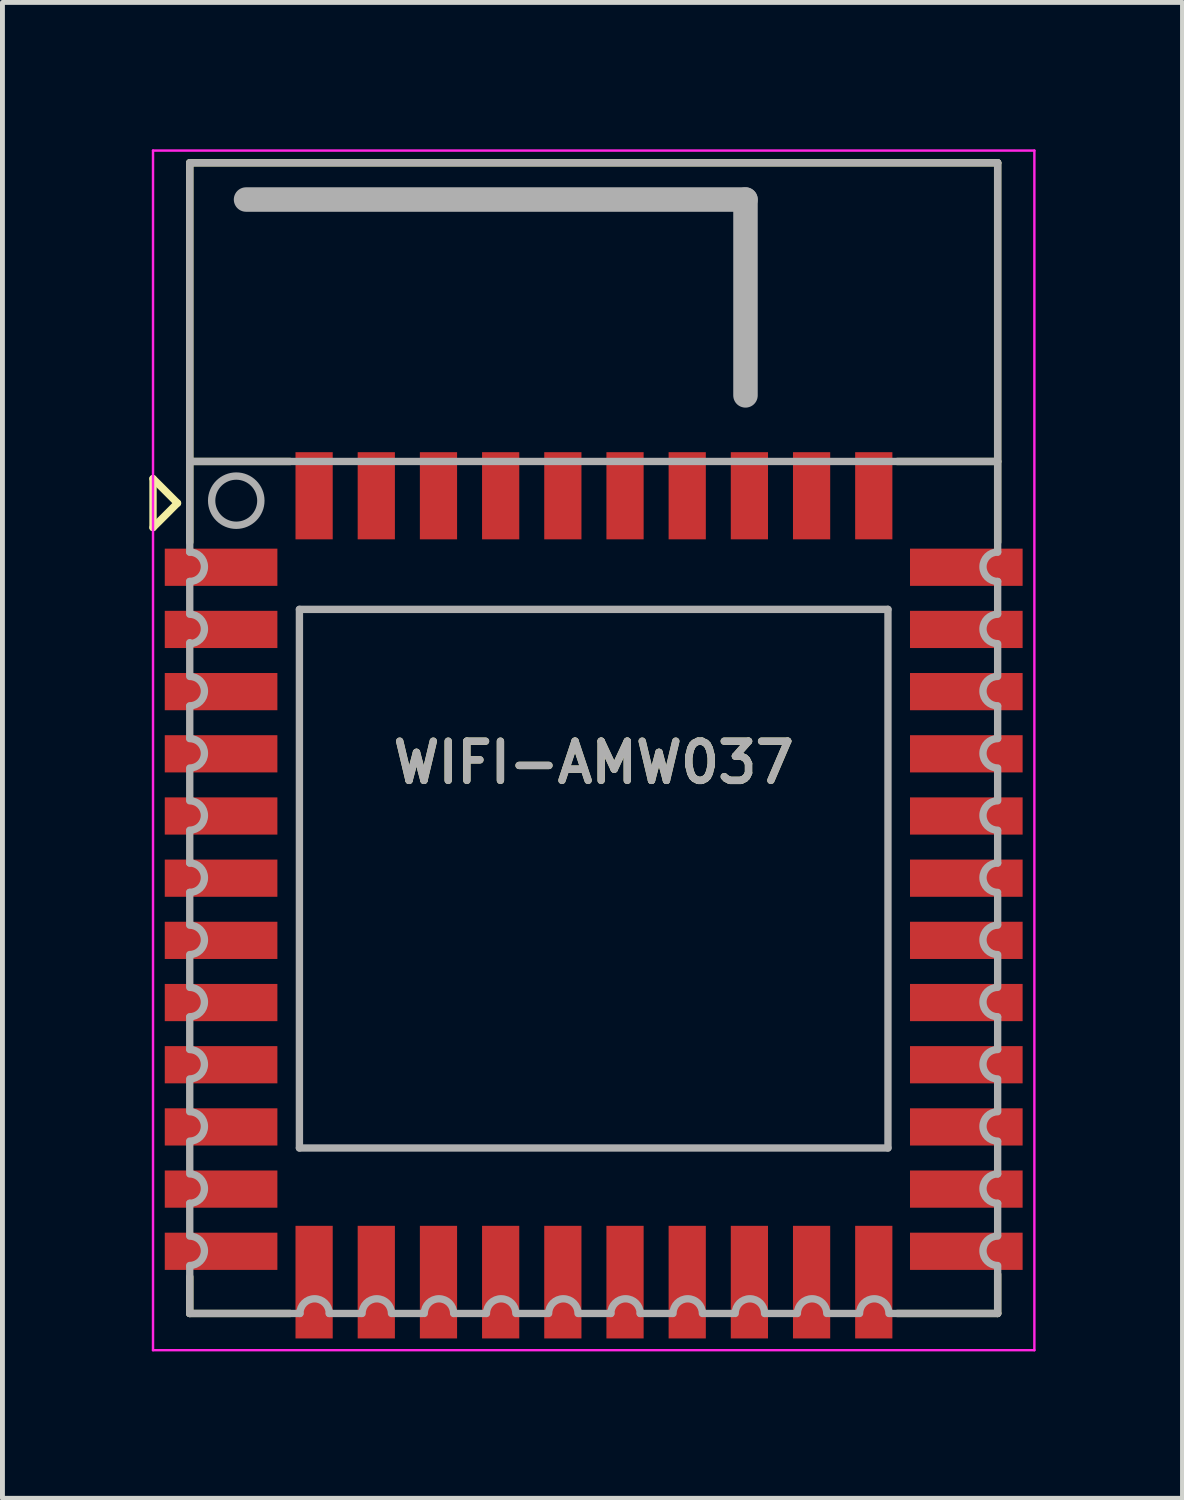
<source format=kicad_pcb>
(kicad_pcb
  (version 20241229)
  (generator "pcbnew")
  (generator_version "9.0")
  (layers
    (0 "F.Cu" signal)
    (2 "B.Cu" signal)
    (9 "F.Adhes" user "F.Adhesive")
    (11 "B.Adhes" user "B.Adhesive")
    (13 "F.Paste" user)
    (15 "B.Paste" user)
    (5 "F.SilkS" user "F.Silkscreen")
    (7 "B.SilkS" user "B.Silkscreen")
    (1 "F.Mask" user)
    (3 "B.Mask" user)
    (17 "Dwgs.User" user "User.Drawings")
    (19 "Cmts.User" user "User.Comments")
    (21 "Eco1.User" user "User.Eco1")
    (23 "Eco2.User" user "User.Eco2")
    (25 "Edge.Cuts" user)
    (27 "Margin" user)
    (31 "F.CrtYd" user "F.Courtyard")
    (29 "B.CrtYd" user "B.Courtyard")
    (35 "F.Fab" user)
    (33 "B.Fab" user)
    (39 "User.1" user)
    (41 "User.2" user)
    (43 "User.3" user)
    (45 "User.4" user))
  (footprint "WIFI-AMW037"
    (layer "F.Cu")
    (at 9.075 12.025)
    (property "Reference" "WIFI-AMW037" (at 0 0.5 0) (layer "F.SilkS") (effects (font (size 0.8 0.8) (thickness 0.15))))
    (attr smd)
    (fp_line (start -9 -5.3) (end -9 -4.3) (stroke (width 0.15) (type solid)) (layer "F.SilkS"))
    (fp_line (start -9 -4.3) (end -8.5 -4.8) (stroke (width 0.15) (type solid)) (layer "F.SilkS"))
    (fp_line (start -8.5 -4.8) (end -9 -5.3) (stroke (width 0.15) (type solid)) (layer "F.SilkS"))
    (fp_line (start -8.25 -11.75) (end 8.25 -11.75) (stroke (width 0.15) (type solid)) (layer "F.SilkS"))
    (fp_line (start -8.25 -4) (end -8.25 -11.75) (stroke (width 0.15) (type solid)) (layer "F.SilkS"))
    (fp_line (start -8.25 11) (end -8.25 11.75) (stroke (width 0.15) (type solid)) (layer "F.SilkS"))
    (fp_line (start -8.25 11.75) (end -6.2 11.75) (stroke (width 0.15) (type solid)) (layer "F.SilkS"))
    (fp_line (start -8.2 -5.65) (end -6.2 -5.65) (stroke (width 0.15) (type solid)) (layer "F.SilkS"))
    (fp_line (start 6.2 11.75) (end 8.25 11.75) (stroke (width 0.15) (type solid)) (layer "F.SilkS"))
    (fp_line (start 8.25 -11.75) (end 8.25 -4) (stroke (width 0.15) (type solid)) (layer "F.SilkS"))
    (fp_line (start 8.25 -5.65) (end 6.2 -5.65) (stroke (width 0.15) (type solid)) (layer "F.SilkS"))
    (fp_line (start 8.25 11.75) (end 8.25 10.95) (stroke (width 0.15) (type solid)) (layer "F.SilkS"))
    (fp_line (start -9 -12) (end 9 -12) (stroke (width 0.05) (type solid)) (layer "F.CrtYd"))
    (fp_line (start -9 12.5) (end -9 -12) (stroke (width 0.05) (type solid)) (layer "F.CrtYd"))
    (fp_line (start 9 -12) (end 9 12.5) (stroke (width 0.05) (type solid)) (layer "F.CrtYd"))
    (fp_line (start 9 12.5) (end -9 12.5) (stroke (width 0.05) (type solid)) (layer "F.CrtYd"))
    (fp_line (start -8.25 -11.75) (end -8.25 -3.8) (stroke (width 0.15) (type solid)) (layer "F.Fab"))
    (fp_line (start -8.25 -11.75) (end 8.25 -11.75) (stroke (width 0.15) (type solid)) (layer "F.Fab"))
    (fp_line (start -8.25 -5.65) (end 8.25 -5.65) (stroke (width 0.15) (type solid)) (layer "F.Fab"))
    (fp_line (start -8.25 -3.2) (end -8.25 -2.55) (stroke (width 0.15) (type solid)) (layer "F.Fab"))
    (fp_line (start -8.25 -1.95) (end -8.25 -1.3) (stroke (width 0.15) (type solid)) (layer "F.Fab"))
    (fp_line (start -8.25 -0.65) (end -8.25 0) (stroke (width 0.15) (type solid)) (layer "F.Fab"))
    (fp_line (start -8.25 0.65) (end -8.25 1.25) (stroke (width 0.15) (type solid)) (layer "F.Fab"))
    (fp_line (start -8.25 1.9) (end -8.25 2.55) (stroke (width 0.15) (type solid)) (layer "F.Fab"))
    (fp_line (start -8.25 3.15) (end -8.25 3.8) (stroke (width 0.15) (type solid)) (layer "F.Fab"))
    (fp_line (start -8.25 4.45) (end -8.25 5.05) (stroke (width 0.15) (type solid)) (layer "F.Fab"))
    (fp_line (start -8.25 5.7) (end -8.25 6.35) (stroke (width 0.15) (type solid)) (layer "F.Fab"))
    (fp_line (start -8.25 7) (end -8.25 7.6) (stroke (width 0.15) (type solid)) (layer "F.Fab"))
    (fp_line (start -8.25 8.25) (end -8.25 8.85) (stroke (width 0.15) (type solid)) (layer "F.Fab"))
    (fp_line (start -8.25 9.5) (end -8.25 10.15) (stroke (width 0.15) (type solid)) (layer "F.Fab"))
    (fp_line (start -8.25 10.8) (end -8.25 11.75) (stroke (width 0.15) (type solid)) (layer "F.Fab"))
    (fp_line (start -8.25 11.75) (end -6 11.75) (stroke (width 0.15) (type solid)) (layer "F.Fab"))
    (fp_line (start -6.01 -2.63) (end -6.01 8.37) (stroke (width 0.15) (type solid)) (layer "F.Fab"))
    (fp_line (start -6.01 -2.63) (end 6.01 -2.63) (stroke (width 0.15) (type solid)) (layer "F.Fab"))
    (fp_line (start -6.01 8.37) (end 6.01 8.37) (stroke (width 0.15) (type solid)) (layer "F.Fab"))
    (fp_line (start -5.4 11.75) (end -4.75 11.75) (stroke (width 0.15) (type solid)) (layer "F.Fab"))
    (fp_line (start -4.1 11.75) (end -3.5 11.75) (stroke (width 0.15) (type solid)) (layer "F.Fab"))
    (fp_line (start -2.85 11.75) (end -2.2 11.75) (stroke (width 0.15) (type solid)) (layer "F.Fab"))
    (fp_line (start -1.55 11.75) (end -0.95 11.75) (stroke (width 0.15) (type solid)) (layer "F.Fab"))
    (fp_line (start -0.3 11.75) (end 0.35 11.75) (stroke (width 0.15) (type solid)) (layer "F.Fab"))
    (fp_line (start 0.95 11.75) (end 1.6 11.75) (stroke (width 0.15) (type solid)) (layer "F.Fab"))
    (fp_line (start 2.25 11.75) (end 2.85 11.75) (stroke (width 0.15) (type solid)) (layer "F.Fab"))
    (fp_line (start 3.1 -11) (end -7.1 -11) (stroke (width 0.5) (type solid)) (layer "F.Fab"))
    (fp_line (start 3.1 -7) (end 3.1 -11) (stroke (width 0.5) (type solid)) (layer "F.Fab"))
    (fp_line (start 3.5 11.75) (end 4.15 11.75) (stroke (width 0.15) (type solid)) (layer "F.Fab"))
    (fp_line (start 4.8 11.75) (end 5.4 11.75) (stroke (width 0.15) (type solid)) (layer "F.Fab"))
    (fp_line (start 6.01 -2.63) (end 6.01 8.37) (stroke (width 0.15) (type solid)) (layer "F.Fab"))
    (fp_line (start 6.05 11.75) (end 8.25 11.75) (stroke (width 0.15) (type solid)) (layer "F.Fab"))
    (fp_line (start 8.25 -11.75) (end 8.25 -3.8) (stroke (width 0.15) (type solid)) (layer "F.Fab"))
    (fp_line (start 8.25 -3.2) (end 8.25 -2.55) (stroke (width 0.15) (type solid)) (layer "F.Fab"))
    (fp_line (start 8.25 -1.9) (end 8.25 -1.3) (stroke (width 0.15) (type solid)) (layer "F.Fab"))
    (fp_line (start 8.25 -0.65) (end 8.25 0) (stroke (width 0.15) (type solid)) (layer "F.Fab"))
    (fp_line (start 8.25 0.65) (end 8.25 1.25) (stroke (width 0.15) (type solid)) (layer "F.Fab"))
    (fp_line (start 8.25 1.9) (end 8.25 2.55) (stroke (width 0.15) (type solid)) (layer "F.Fab"))
    (fp_line (start 8.25 3.2) (end 8.25 3.8) (stroke (width 0.15) (type solid)) (layer "F.Fab"))
    (fp_line (start 8.25 4.45) (end 8.25 5.05) (stroke (width 0.15) (type solid)) (layer "F.Fab"))
    (fp_line (start 8.25 5.7) (end 8.25 6.35) (stroke (width 0.15) (type solid)) (layer "F.Fab"))
    (fp_line (start 8.25 7) (end 8.25 7.6) (stroke (width 0.15) (type solid)) (layer "F.Fab"))
    (fp_line (start 8.25 8.25) (end 8.25 8.9) (stroke (width 0.15) (type solid)) (layer "F.Fab"))
    (fp_line (start 8.25 9.5) (end 8.25 10.15) (stroke (width 0.15) (type solid)) (layer "F.Fab"))
    (fp_line (start 8.25 10.8) (end 8.25 11.75) (stroke (width 0.15) (type solid)) (layer "F.Fab"))
    (fp_arc (start -8.25 -3.8) (mid -7.95 -3.5) (end -8.25 -3.2) (stroke (width 0.15) (type solid)) (layer "F.Fab"))
    (fp_arc (start -8.25 -2.53) (mid -7.95 -2.23) (end -8.25 -1.93) (stroke (width 0.15) (type solid)) (layer "F.Fab"))
    (fp_arc (start -8.25 -1.26) (mid -7.95 -0.96) (end -8.25 -0.66) (stroke (width 0.15) (type solid)) (layer "F.Fab"))
    (fp_arc (start -8.25 0.01) (mid -7.95 0.31) (end -8.25 0.61) (stroke (width 0.15) (type solid)) (layer "F.Fab"))
    (fp_arc (start -8.25 1.28) (mid -7.95 1.58) (end -8.25 1.88) (stroke (width 0.15) (type solid)) (layer "F.Fab"))
    (fp_arc (start -8.25 2.55) (mid -7.95 2.85) (end -8.25 3.15) (stroke (width 0.15) (type solid)) (layer "F.Fab"))
    (fp_arc (start -8.25 3.82) (mid -7.95 4.12) (end -8.25 4.42) (stroke (width 0.15) (type solid)) (layer "F.Fab"))
    (fp_arc (start -8.25 5.09) (mid -7.95 5.39) (end -8.25 5.69) (stroke (width 0.15) (type solid)) (layer "F.Fab"))
    (fp_arc (start -8.25 6.36) (mid -7.95 6.66) (end -8.25 6.96) (stroke (width 0.15) (type solid)) (layer "F.Fab"))
    (fp_arc (start -8.25 7.63) (mid -7.95 7.93) (end -8.25 8.23) (stroke (width 0.15) (type solid)) (layer "F.Fab"))
    (fp_arc (start -8.25 8.9) (mid -7.95 9.2) (end -8.25 9.5) (stroke (width 0.15) (type solid)) (layer "F.Fab"))
    (fp_arc (start -8.25 10.17) (mid -7.95 10.47) (end -8.25 10.77) (stroke (width 0.15) (type solid)) (layer "F.Fab"))
    (fp_arc (start -6 11.75) (mid -5.7 11.45) (end -5.4 11.75) (stroke (width 0.15) (type solid)) (layer "F.Fab"))
    (fp_arc (start -4.73 11.75) (mid -4.43 11.45) (end -4.13 11.75) (stroke (width 0.15) (type solid)) (layer "F.Fab"))
    (fp_arc (start -3.46 11.75) (mid -3.16 11.45) (end -2.86 11.75) (stroke (width 0.15) (type solid)) (layer "F.Fab"))
    (fp_arc (start -2.19 11.75) (mid -1.89 11.45) (end -1.59 11.75) (stroke (width 0.15) (type solid)) (layer "F.Fab"))
    (fp_arc (start -0.92 11.75) (mid -0.62 11.45) (end -0.32 11.75) (stroke (width 0.15) (type solid)) (layer "F.Fab"))
    (fp_arc (start 0.35 11.75) (mid 0.65 11.45) (end 0.95 11.75) (stroke (width 0.15) (type solid)) (layer "F.Fab"))
    (fp_arc (start 1.62 11.75) (mid 1.92 11.45) (end 2.22 11.75) (stroke (width 0.15) (type solid)) (layer "F.Fab"))
    (fp_arc (start 2.89 11.75) (mid 3.19 11.45) (end 3.49 11.75) (stroke (width 0.15) (type solid)) (layer "F.Fab"))
    (fp_arc (start 4.16 11.75) (mid 4.46 11.45) (end 4.76 11.75) (stroke (width 0.15) (type solid)) (layer "F.Fab"))
    (fp_arc (start 5.43 11.75) (mid 5.73 11.45) (end 6.03 11.75) (stroke (width 0.15) (type solid)) (layer "F.Fab"))
    (fp_arc (start 8.25 -3.2) (mid 7.95 -3.5) (end 8.25 -3.8) (stroke (width 0.15) (type solid)) (layer "F.Fab"))
    (fp_arc (start 8.25 -1.93) (mid 7.95 -2.23) (end 8.25 -2.53) (stroke (width 0.15) (type solid)) (layer "F.Fab"))
    (fp_arc (start 8.25 -0.66) (mid 7.95 -0.96) (end 8.25 -1.26) (stroke (width 0.15) (type solid)) (layer "F.Fab"))
    (fp_arc (start 8.25 0.61) (mid 7.95 0.31) (end 8.25 0.01) (stroke (width 0.15) (type solid)) (layer "F.Fab"))
    (fp_arc (start 8.25 1.88) (mid 7.95 1.58) (end 8.25 1.28) (stroke (width 0.15) (type solid)) (layer "F.Fab"))
    (fp_arc (start 8.25 3.15) (mid 7.95 2.85) (end 8.25 2.55) (stroke (width 0.15) (type solid)) (layer "F.Fab"))
    (fp_arc (start 8.25 4.42) (mid 7.95 4.12) (end 8.25 3.82) (stroke (width 0.15) (type solid)) (layer "F.Fab"))
    (fp_arc (start 8.25 5.69) (mid 7.95 5.39) (end 8.25 5.09) (stroke (width 0.15) (type solid)) (layer "F.Fab"))
    (fp_arc (start 8.25 6.96) (mid 7.95 6.66) (end 8.25 6.36) (stroke (width 0.15) (type solid)) (layer "F.Fab"))
    (fp_arc (start 8.25 8.23) (mid 7.95 7.93) (end 8.25 7.63) (stroke (width 0.15) (type solid)) (layer "F.Fab"))
    (fp_arc (start 8.25 9.5) (mid 7.95 9.2) (end 8.25 8.9) (stroke (width 0.15) (type solid)) (layer "F.Fab"))
    (fp_arc (start 8.25 10.77) (mid 7.95 10.47) (end 8.25 10.17) (stroke (width 0.15) (type solid)) (layer "F.Fab"))
    (fp_circle (center -7.3 -4.85) (end -6.8 -4.8) (stroke (width 0.15) (type solid)) (fill no) (layer "F.Fab"))
    (fp_text user "${REFERENCE}" (at 0 0.5 0) (layer "F.Fab") (effects (font (size 0.8 0.8) (thickness 0.15))))
    (pad "1" smd rect (at -7.61 -3.49) (size 2.3 0.76) (layers "F.Cu" "F.Mask" "F.Paste"))
    (pad "2" smd rect (at -7.61 -2.22) (size 2.3 0.76) (layers "F.Cu" "F.Mask" "F.Paste"))
    (pad "3" smd rect (at -7.61 -0.95) (size 2.3 0.76) (layers "F.Cu" "F.Mask" "F.Paste"))
    (pad "4" smd rect (at -7.61 0.32) (size 2.3 0.76) (layers "F.Cu" "F.Mask" "F.Paste"))
    (pad "5" smd rect (at -7.61 1.59) (size 2.3 0.76) (layers "F.Cu" "F.Mask" "F.Paste"))
    (pad "6" smd rect (at -7.61 2.86) (size 2.3 0.76) (layers "F.Cu" "F.Mask" "F.Paste"))
    (pad "7" smd rect (at -7.61 4.13) (size 2.3 0.76) (layers "F.Cu" "F.Mask" "F.Paste"))
    (pad "8" smd rect (at -7.61 5.4) (size 2.3 0.76) (layers "F.Cu" "F.Mask" "F.Paste"))
    (pad "9" smd rect (at -7.61 6.67) (size 2.3 0.76) (layers "F.Cu" "F.Mask" "F.Paste"))
    (pad "10" smd rect (at -7.61 7.94) (size 2.3 0.76) (layers "F.Cu" "F.Mask" "F.Paste"))
    (pad "11" smd rect (at -7.61 9.21) (size 2.3 0.76) (layers "F.Cu" "F.Mask" "F.Paste"))
    (pad "12" smd rect (at -7.61 10.48) (size 2.3 0.76) (layers "F.Cu" "F.Mask" "F.Paste"))
    (pad "13" smd rect (at -5.71 11.11 90) (size 2.3 0.76) (layers "F.Cu" "F.Mask" "F.Paste"))
    (pad "14" smd rect (at -4.44 11.11 90) (size 2.3 0.76) (layers "F.Cu" "F.Mask" "F.Paste"))
    (pad "15" smd rect (at -3.17 11.11 90) (size 2.3 0.76) (layers "F.Cu" "F.Mask" "F.Paste"))
    (pad "16" smd rect (at -1.9 11.11 90) (size 2.3 0.76) (layers "F.Cu" "F.Mask" "F.Paste"))
    (pad "17" smd rect (at -0.63 11.11 90) (size 2.3 0.76) (layers "F.Cu" "F.Mask" "F.Paste"))
    (pad "18" smd rect (at 0.64 11.11 90) (size 2.3 0.76) (layers "F.Cu" "F.Mask" "F.Paste"))
    (pad "19" smd rect (at 1.91 11.11 90) (size 2.3 0.76) (layers "F.Cu" "F.Mask" "F.Paste"))
    (pad "20" smd rect (at 3.18 11.11 90) (size 2.3 0.76) (layers "F.Cu" "F.Mask" "F.Paste"))
    (pad "21" smd rect (at 4.45 11.11 90) (size 2.3 0.76) (layers "F.Cu" "F.Mask" "F.Paste"))
    (pad "22" smd rect (at 5.72 11.11 90) (size 2.3 0.76) (layers "F.Cu" "F.Mask" "F.Paste"))
    (pad "23" smd rect (at 7.61 10.48) (size 2.3 0.76) (layers "F.Cu" "F.Mask" "F.Paste"))
    (pad "24" smd rect (at 7.61 9.21) (size 2.3 0.76) (layers "F.Cu" "F.Mask" "F.Paste"))
    (pad "25" smd rect (at 7.61 7.94) (size 2.3 0.76) (layers "F.Cu" "F.Mask" "F.Paste"))
    (pad "26" smd rect (at 7.61 6.67) (size 2.3 0.76) (layers "F.Cu" "F.Mask" "F.Paste"))
    (pad "27" smd rect (at 7.61 5.4) (size 2.3 0.76) (layers "F.Cu" "F.Mask" "F.Paste"))
    (pad "28" smd rect (at 7.61 4.13) (size 2.3 0.76) (layers "F.Cu" "F.Mask" "F.Paste"))
    (pad "29" smd rect (at 7.61 2.86) (size 2.3 0.76) (layers "F.Cu" "F.Mask" "F.Paste"))
    (pad "30" smd rect (at 7.61 1.59) (size 2.3 0.76) (layers "F.Cu" "F.Mask" "F.Paste"))
    (pad "31" smd rect (at 7.61 0.32) (size 2.3 0.76) (layers "F.Cu" "F.Mask" "F.Paste"))
    (pad "32" smd rect (at 7.61 -0.95) (size 2.3 0.76) (layers "F.Cu" "F.Mask" "F.Paste"))
    (pad "33" smd rect (at 7.61 -2.22) (size 2.3 0.76) (layers "F.Cu" "F.Mask" "F.Paste"))
    (pad "34" smd rect (at 7.61 -3.49) (size 2.3 0.76) (layers "F.Cu" "F.Mask" "F.Paste"))
    (pad "35" smd rect (at 5.72 -4.95 90) (size 1.78 0.76) (layers "F.Cu" "F.Mask" "F.Paste"))
    (pad "36" smd rect (at 4.45 -4.95 90) (size 1.78 0.76) (layers "F.Cu" "F.Mask" "F.Paste"))
    (pad "37" smd rect (at 3.18 -4.95 90) (size 1.78 0.76) (layers "F.Cu" "F.Mask" "F.Paste"))
    (pad "38" smd rect (at 1.91 -4.95 90) (size 1.78 0.76) (layers "F.Cu" "F.Mask" "F.Paste"))
    (pad "39" smd rect (at 0.64 -4.95 90) (size 1.78 0.76) (layers "F.Cu" "F.Mask" "F.Paste"))
    (pad "40" smd rect (at -0.63 -4.95 90) (size 1.78 0.76) (layers "F.Cu" "F.Mask" "F.Paste"))
    (pad "41" smd rect (at -1.9 -4.95 90) (size 1.78 0.76) (layers "F.Cu" "F.Mask" "F.Paste"))
    (pad "42" smd rect (at -3.17 -4.95 90) (size 1.78 0.76) (layers "F.Cu" "F.Mask" "F.Paste"))
    (pad "43" smd rect (at -4.44 -4.95 90) (size 1.78 0.76) (layers "F.Cu" "F.Mask" "F.Paste"))
    (pad "44" smd rect (at -5.71 -4.95 90) (size 1.78 0.76) (layers "F.Cu" "F.Mask" "F.Paste")))
  (gr_rect
    (start -3 -3)
    (end 21.1 27.55)
    (stroke (width 0.1) (type default))
    (fill no)
    (layer "Edge.Cuts")))
</source>
